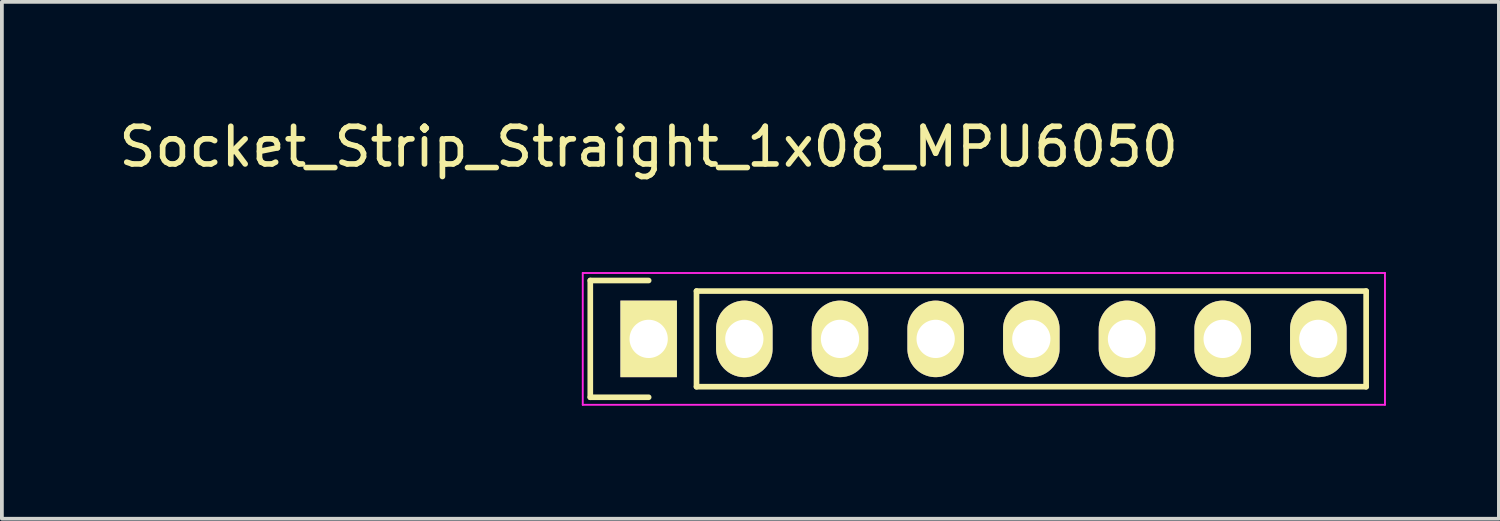
<source format=kicad_pcb>
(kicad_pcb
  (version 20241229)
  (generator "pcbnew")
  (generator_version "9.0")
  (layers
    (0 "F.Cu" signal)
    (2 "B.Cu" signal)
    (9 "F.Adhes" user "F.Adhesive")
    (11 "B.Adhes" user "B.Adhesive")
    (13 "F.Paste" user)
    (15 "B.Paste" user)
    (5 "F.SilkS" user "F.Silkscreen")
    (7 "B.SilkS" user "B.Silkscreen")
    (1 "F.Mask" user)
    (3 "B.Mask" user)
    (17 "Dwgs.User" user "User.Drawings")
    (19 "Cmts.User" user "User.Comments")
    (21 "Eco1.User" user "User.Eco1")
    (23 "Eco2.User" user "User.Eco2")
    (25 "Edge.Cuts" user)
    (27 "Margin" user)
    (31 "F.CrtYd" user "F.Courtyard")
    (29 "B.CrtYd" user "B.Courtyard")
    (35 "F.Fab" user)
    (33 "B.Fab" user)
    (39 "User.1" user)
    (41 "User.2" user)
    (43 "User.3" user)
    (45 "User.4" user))
  (footprint "Socket_Strip_Straight_1x08_MPU6050"
    (layer "F.Cu")
    (at 14.173 5.948)
    (property "Reference" "Socket_Strip_Straight_1x08_MPU6050" (at 0 -5.1 0) (layer "F.SilkS") (effects (font (size 1 1) (thickness 0.15))))
    (attr through_hole)
    (fp_line (start -1.55 -1.55) (end -1.55 1.55) (stroke (width 0.15) (type solid)) (layer "F.SilkS"))
    (fp_line (start -1.55 1.55) (end 0 1.55) (stroke (width 0.15) (type solid)) (layer "F.SilkS"))
    (fp_line (start 0 -1.55) (end -1.55 -1.55) (stroke (width 0.15) (type solid)) (layer "F.SilkS"))
    (fp_line (start 1.27 1.27) (end 1.27 -1.27) (stroke (width 0.15) (type solid)) (layer "F.SilkS"))
    (fp_line (start 1.27 1.27) (end 19.05 1.27) (stroke (width 0.15) (type solid)) (layer "F.SilkS"))
    (fp_line (start 19.05 -1.27) (end 1.27 -1.27) (stroke (width 0.15) (type solid)) (layer "F.SilkS"))
    (fp_line (start 19.05 1.27) (end 19.05 -1.27) (stroke (width 0.15) (type solid)) (layer "F.SilkS"))
    (fp_line (start -1.75 -1.75) (end -1.75 1.75) (stroke (width 0.05) (type solid)) (layer "F.CrtYd"))
    (fp_line (start -1.75 -1.75) (end 19.55 -1.75) (stroke (width 0.05) (type solid)) (layer "F.CrtYd"))
    (fp_line (start -1.75 1.75) (end 19.55 1.75) (stroke (width 0.05) (type solid)) (layer "F.CrtYd"))
    (fp_line (start 19.55 -1.75) (end 19.55 1.75) (stroke (width 0.05) (type solid)) (layer "F.CrtYd"))
    (pad "1" thru_hole rect (at 0 0) (size 1.5 2.032) (drill 1.016) (layers "*.Cu" "*.Mask" "F.SilkS"))
    (pad "2" thru_hole oval (at 2.54 0) (size 1.5 2.032) (drill 1.016) (layers "*.Cu" "*.Mask" "F.SilkS"))
    (pad "3" thru_hole oval (at 5.08 0) (size 1.5 2.032) (drill 1.016) (layers "*.Cu" "*.Mask" "F.SilkS"))
    (pad "4" thru_hole oval (at 7.62 0) (size 1.5 2.032) (drill 1.016) (layers "*.Cu" "*.Mask" "F.SilkS"))
    (pad "5" thru_hole oval (at 10.16 0) (size 1.5 2.032) (drill 1.016) (layers "*.Cu" "*.Mask" "F.SilkS"))
    (pad "6" thru_hole oval (at 12.7 0) (size 1.5 2.032) (drill 1.016) (layers "*.Cu" "*.Mask" "F.SilkS"))
    (pad "7" thru_hole oval (at 15.24 0) (size 1.5 2.032) (drill 1.016) (layers "*.Cu" "*.Mask" "F.SilkS"))
    (pad "8" thru_hole oval (at 17.78 0) (size 1.5 2.032) (drill 1.016) (layers "*.Cu" "*.Mask" "F.SilkS")))
  (gr_rect
    (start -3 -3)
    (end 36.748 10.723)
    (stroke (width 0.1) (type default))
    (fill no)
    (layer "Edge.Cuts")))
</source>
